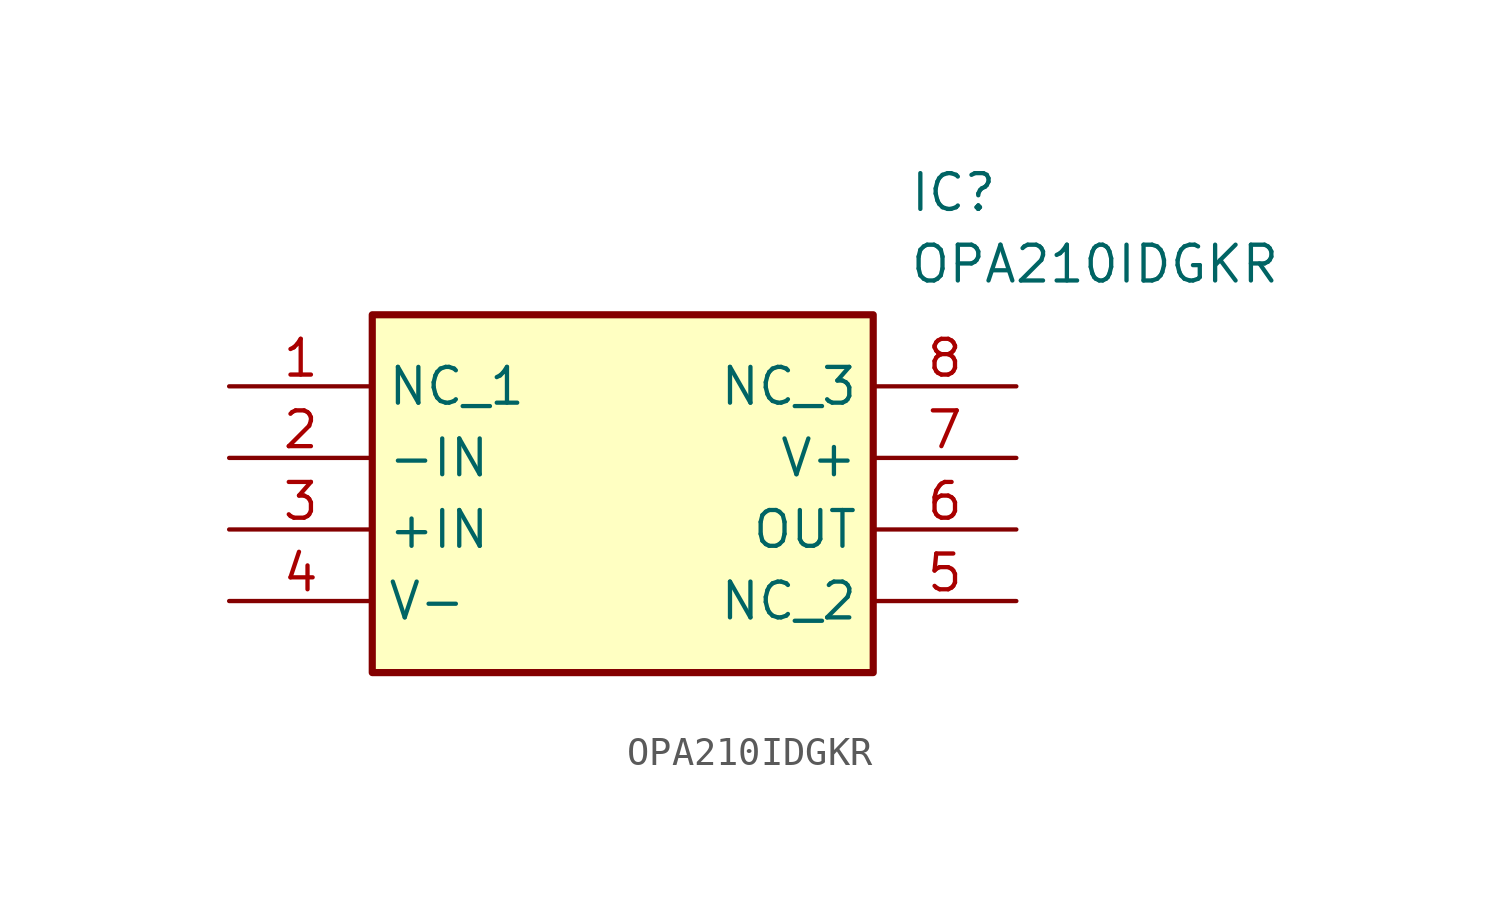
<source format=kicad_sym>
(kicad_symbol_lib
  (version 20211014)
  (generator SamacSys_ECAD_Model)
  (symbol "OPA210IDGKR"
    (property "Reference" "IC"
      (at 24.13 7.62 0)
      (effects (font (size 1.27 1.27)) (justify left top)))
    (property "Value" "OPA210IDGKR"
      (at 24.13 5.08 0)
      (effects (font (size 1.27 1.27)) (justify left top)))
    (rectangle
      (start 5.08 2.54)
      (end 22.86 -10.16)
      (stroke (width 0.254) (type default))
      (fill (type background)))
    (pin passive line
      (at 0 0 0)
      (length 5.08)
      (name "NC_1" (effects (font (size 1.27 1.27))))
      (number "1" (effects (font (size 1.27 1.27)))))
    (pin passive line
      (at 0 -2.54 0)
      (length 5.08)
      (name "-IN" (effects (font (size 1.27 1.27))))
      (number "2" (effects (font (size 1.27 1.27)))))
    (pin passive line
      (at 0 -5.08 0)
      (length 5.08)
      (name "+IN" (effects (font (size 1.27 1.27))))
      (number "3" (effects (font (size 1.27 1.27)))))
    (pin passive line
      (at 0 -7.62 0)
      (length 5.08)
      (name "V-" (effects (font (size 1.27 1.27))))
      (number "4" (effects (font (size 1.27 1.27)))))
    (pin passive line
      (at 27.94 0 180)
      (length 5.08)
      (name "NC_3" (effects (font (size 1.27 1.27))))
      (number "8" (effects (font (size 1.27 1.27)))))
    (pin passive line
      (at 27.94 -2.54 180)
      (length 5.08)
      (name "V+" (effects (font (size 1.27 1.27))))
      (number "7" (effects (font (size 1.27 1.27)))))
    (pin passive line
      (at 27.94 -5.08 180)
      (length 5.08)
      (name "OUT" (effects (font (size 1.27 1.27))))
      (number "6" (effects (font (size 1.27 1.27)))))
    (pin passive line
      (at 27.94 -7.62 180)
      (length 5.08)
      (name "NC_2" (effects (font (size 1.27 1.27))))
      (number "5" (effects (font (size 1.27 1.27)))))))
</source>
